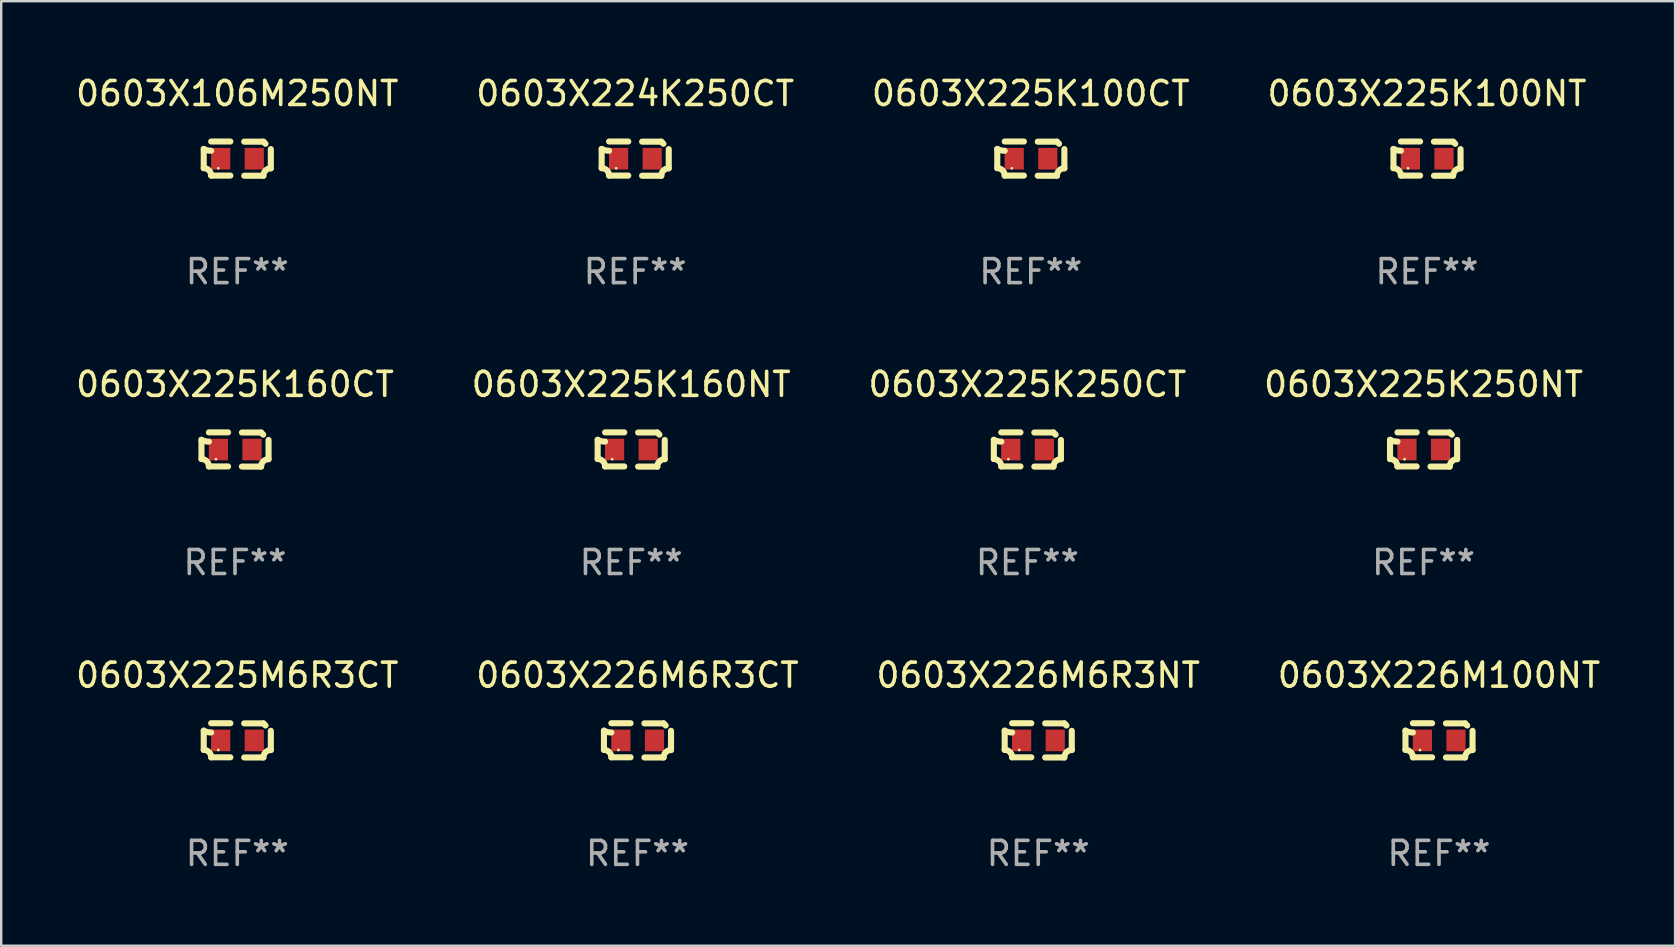
<source format=kicad_pcb>
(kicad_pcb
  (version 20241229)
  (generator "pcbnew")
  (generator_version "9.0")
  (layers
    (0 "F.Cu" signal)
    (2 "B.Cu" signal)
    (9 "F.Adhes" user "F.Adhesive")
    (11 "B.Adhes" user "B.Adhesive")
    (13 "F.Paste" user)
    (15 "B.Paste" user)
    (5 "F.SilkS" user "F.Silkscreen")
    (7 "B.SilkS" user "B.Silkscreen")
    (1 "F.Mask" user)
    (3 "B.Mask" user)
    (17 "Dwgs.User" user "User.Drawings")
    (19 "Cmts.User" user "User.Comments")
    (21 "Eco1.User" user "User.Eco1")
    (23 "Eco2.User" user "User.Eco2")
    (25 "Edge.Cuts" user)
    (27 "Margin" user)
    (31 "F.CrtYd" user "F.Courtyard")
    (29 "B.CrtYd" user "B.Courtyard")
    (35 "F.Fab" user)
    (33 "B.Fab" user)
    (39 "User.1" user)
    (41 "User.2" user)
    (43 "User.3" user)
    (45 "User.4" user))
  (footprint "0603X226M100NT"
    (layer "F.Cu")
    (at 56.923 27.805)
    (property "Reference" "0603X226M100NT" (at 0 -2.713 0) (layer "F.SilkS") (effects (font (size 1 1) (thickness 0.15))))
    (attr through_hole)
    (fp_line (start -1.398 -0.403) (end -1.398 0.397) (stroke (width 0.254) (type solid)) (layer "F.SilkS"))
    (fp_line (start -0.288 -0.713) (end -1.088 -0.713) (stroke (width 0.254) (type solid)) (layer "F.SilkS"))
    (fp_line (start -0.288 0.707) (end -1.088 0.707) (stroke (width 0.254) (type solid)) (layer "F.SilkS"))
    (fp_line (start 0.288 -0.707) (end 1.088 -0.707) (stroke (width 0.254) (type solid)) (layer "F.SilkS"))
    (fp_line (start 0.288 0.713) (end 1.088 0.713) (stroke (width 0.254) (type solid)) (layer "F.SilkS"))
    (fp_line (start 1.398 -0.397) (end 1.398 0.403) (stroke (width 0.254) (type solid)) (layer "F.SilkS"))
    (fp_arc (start -1.397789 0.397066) (mid -1.178701 0.487826) (end -1.08796 0.706922) (stroke (width 0.254001) (type solid)) (layer "F.SilkS"))
    (fp_arc (start -1.08796 -0.327176) (mid -1.247436 -0.346384) (end -1.39779 -0.402908) (stroke (width 0.254001) (type solid)) (layer "F.SilkS"))
    (fp_arc (start 1.087909 0.712738) (mid 1.178656 0.493655) (end 1.397739 0.402908) (stroke (width 0.254001) (type solid)) (layer "F.SilkS"))
    (fp_arc (start 1.175925 -0.618926) (mid 1.131917 -0.662923) (end 1.08791 -0.706922) (stroke (width 0.254001) (type solid)) (layer "F.SilkS"))
    (fp_circle (center -0.792 0.403) (end -0.762 0.403) (stroke (width 0.06) (type solid)) (fill no) (layer "F.SilkS"))
    (fp_text user "REF**" (at 0 4.713 0) (layer "F.Fab") (effects (font (size 1 1) (thickness 0.15))))
    (pad "1" smd rect (at -0.692 0.003) (size 0.8 0.9) (layers "F.Cu" "F.Mask" "F.Paste"))
    (pad "2" smd rect (at 0.708 0.003) (size 0.8 0.9) (layers "F.Cu" "F.Mask" "F.Paste")))
  (footprint "0603X225K250CT"
    (layer "F.Cu")
    (at 39.768 15.683)
    (property "Reference" "0603X225K250CT" (at 0 -2.713 0) (layer "F.SilkS") (effects (font (size 1 1) (thickness 0.15))))
    (attr through_hole)
    (fp_line (start -1.398 -0.403) (end -1.398 0.397) (stroke (width 0.254) (type solid)) (layer "F.SilkS"))
    (fp_line (start -0.288 -0.713) (end -1.088 -0.713) (stroke (width 0.254) (type solid)) (layer "F.SilkS"))
    (fp_line (start -0.288 0.707) (end -1.088 0.707) (stroke (width 0.254) (type solid)) (layer "F.SilkS"))
    (fp_line (start 0.288 -0.707) (end 1.088 -0.707) (stroke (width 0.254) (type solid)) (layer "F.SilkS"))
    (fp_line (start 0.288 0.713) (end 1.088 0.713) (stroke (width 0.254) (type solid)) (layer "F.SilkS"))
    (fp_line (start 1.398 -0.397) (end 1.398 0.403) (stroke (width 0.254) (type solid)) (layer "F.SilkS"))
    (fp_arc (start -1.397789 0.397066) (mid -1.178701 0.487826) (end -1.08796 0.706922) (stroke (width 0.254001) (type solid)) (layer "F.SilkS"))
    (fp_arc (start -1.08796 -0.327176) (mid -1.247436 -0.346384) (end -1.39779 -0.402908) (stroke (width 0.254001) (type solid)) (layer "F.SilkS"))
    (fp_arc (start 1.087909 0.712738) (mid 1.178656 0.493655) (end 1.397739 0.402908) (stroke (width 0.254001) (type solid)) (layer "F.SilkS"))
    (fp_arc (start 1.175925 -0.618926) (mid 1.131917 -0.662923) (end 1.08791 -0.706922) (stroke (width 0.254001) (type solid)) (layer "F.SilkS"))
    (fp_circle (center -0.792 0.403) (end -0.762 0.403) (stroke (width 0.06) (type solid)) (fill no) (layer "F.SilkS"))
    (fp_text user "REF**" (at 0 4.713 0) (layer "F.Fab") (effects (font (size 1 1) (thickness 0.15))))
    (pad "1" smd rect (at -0.692 0.003) (size 0.8 0.9) (layers "F.Cu" "F.Mask" "F.Paste"))
    (pad "2" smd rect (at 0.708 0.003) (size 0.8 0.9) (layers "F.Cu" "F.Mask" "F.Paste")))
  (footprint "0603X224K250CT"
    (layer "F.Cu")
    (at 23.423 3.561)
    (property "Reference" "0603X224K250CT" (at 0 -2.713 0) (layer "F.SilkS") (effects (font (size 1 1) (thickness 0.15))))
    (attr through_hole)
    (fp_line (start -1.398 -0.403) (end -1.398 0.397) (stroke (width 0.254) (type solid)) (layer "F.SilkS"))
    (fp_line (start -0.288 -0.713) (end -1.088 -0.713) (stroke (width 0.254) (type solid)) (layer "F.SilkS"))
    (fp_line (start -0.288 0.707) (end -1.088 0.707) (stroke (width 0.254) (type solid)) (layer "F.SilkS"))
    (fp_line (start 0.288 -0.707) (end 1.088 -0.707) (stroke (width 0.254) (type solid)) (layer "F.SilkS"))
    (fp_line (start 0.288 0.713) (end 1.088 0.713) (stroke (width 0.254) (type solid)) (layer "F.SilkS"))
    (fp_line (start 1.398 -0.397) (end 1.398 0.403) (stroke (width 0.254) (type solid)) (layer "F.SilkS"))
    (fp_arc (start -1.397789 0.397066) (mid -1.178701 0.487826) (end -1.08796 0.706922) (stroke (width 0.254001) (type solid)) (layer "F.SilkS"))
    (fp_arc (start -1.08796 -0.327176) (mid -1.247436 -0.346384) (end -1.39779 -0.402908) (stroke (width 0.254001) (type solid)) (layer "F.SilkS"))
    (fp_arc (start 1.087909 0.712738) (mid 1.178656 0.493655) (end 1.397739 0.402908) (stroke (width 0.254001) (type solid)) (layer "F.SilkS"))
    (fp_arc (start 1.175925 -0.618926) (mid 1.131917 -0.662923) (end 1.08791 -0.706922) (stroke (width 0.254001) (type solid)) (layer "F.SilkS"))
    (fp_circle (center -0.792 0.403) (end -0.762 0.403) (stroke (width 0.06) (type solid)) (fill no) (layer "F.SilkS"))
    (fp_text user "REF**" (at 0 4.713 0) (layer "F.Fab") (effects (font (size 1 1) (thickness 0.15))))
    (pad "1" smd rect (at -0.692 0.003) (size 0.8 0.9) (layers "F.Cu" "F.Mask" "F.Paste"))
    (pad "2" smd rect (at 0.708 0.003) (size 0.8 0.9) (layers "F.Cu" "F.Mask" "F.Paste")))
  (footprint "0603X225M6R3CT"
    (layer "F.Cu")
    (at 6.839 27.805)
    (property "Reference" "0603X225M6R3CT" (at 0 -2.713 0) (layer "F.SilkS") (effects (font (size 1 1) (thickness 0.15))))
    (attr through_hole)
    (fp_line (start -1.398 -0.403) (end -1.398 0.397) (stroke (width 0.254) (type solid)) (layer "F.SilkS"))
    (fp_line (start -0.288 -0.713) (end -1.088 -0.713) (stroke (width 0.254) (type solid)) (layer "F.SilkS"))
    (fp_line (start -0.288 0.707) (end -1.088 0.707) (stroke (width 0.254) (type solid)) (layer "F.SilkS"))
    (fp_line (start 0.288 -0.707) (end 1.088 -0.707) (stroke (width 0.254) (type solid)) (layer "F.SilkS"))
    (fp_line (start 0.288 0.713) (end 1.088 0.713) (stroke (width 0.254) (type solid)) (layer "F.SilkS"))
    (fp_line (start 1.398 -0.397) (end 1.398 0.403) (stroke (width 0.254) (type solid)) (layer "F.SilkS"))
    (fp_arc (start -1.397789 0.397066) (mid -1.178701 0.487826) (end -1.08796 0.706922) (stroke (width 0.254001) (type solid)) (layer "F.SilkS"))
    (fp_arc (start -1.08796 -0.327176) (mid -1.247436 -0.346384) (end -1.39779 -0.402908) (stroke (width 0.254001) (type solid)) (layer "F.SilkS"))
    (fp_arc (start 1.087909 0.712738) (mid 1.178656 0.493655) (end 1.397739 0.402908) (stroke (width 0.254001) (type solid)) (layer "F.SilkS"))
    (fp_arc (start 1.175925 -0.618926) (mid 1.131917 -0.662923) (end 1.08791 -0.706922) (stroke (width 0.254001) (type solid)) (layer "F.SilkS"))
    (fp_circle (center -0.792 0.403) (end -0.762 0.403) (stroke (width 0.06) (type solid)) (fill no) (layer "F.SilkS"))
    (fp_text user "REF**" (at 0 4.713 0) (layer "F.Fab") (effects (font (size 1 1) (thickness 0.15))))
    (pad "1" smd rect (at -0.692 0.003) (size 0.8 0.9) (layers "F.Cu" "F.Mask" "F.Paste"))
    (pad "2" smd rect (at 0.708 0.003) (size 0.8 0.9) (layers "F.Cu" "F.Mask" "F.Paste")))
  (footprint "0603X225K100CT"
    (layer "F.Cu")
    (at 39.911 3.561)
    (property "Reference" "0603X225K100CT" (at 0 -2.713 0) (layer "F.SilkS") (effects (font (size 1 1) (thickness 0.15))))
    (attr through_hole)
    (fp_line (start -1.398 -0.403) (end -1.398 0.397) (stroke (width 0.254) (type solid)) (layer "F.SilkS"))
    (fp_line (start -0.288 -0.713) (end -1.088 -0.713) (stroke (width 0.254) (type solid)) (layer "F.SilkS"))
    (fp_line (start -0.288 0.707) (end -1.088 0.707) (stroke (width 0.254) (type solid)) (layer "F.SilkS"))
    (fp_line (start 0.288 -0.707) (end 1.088 -0.707) (stroke (width 0.254) (type solid)) (layer "F.SilkS"))
    (fp_line (start 0.288 0.713) (end 1.088 0.713) (stroke (width 0.254) (type solid)) (layer "F.SilkS"))
    (fp_line (start 1.398 -0.397) (end 1.398 0.403) (stroke (width 0.254) (type solid)) (layer "F.SilkS"))
    (fp_arc (start -1.397789 0.397066) (mid -1.178701 0.487826) (end -1.08796 0.706922) (stroke (width 0.254001) (type solid)) (layer "F.SilkS"))
    (fp_arc (start -1.08796 -0.327176) (mid -1.247436 -0.346384) (end -1.39779 -0.402908) (stroke (width 0.254001) (type solid)) (layer "F.SilkS"))
    (fp_arc (start 1.087909 0.712738) (mid 1.178656 0.493655) (end 1.397739 0.402908) (stroke (width 0.254001) (type solid)) (layer "F.SilkS"))
    (fp_arc (start 1.175925 -0.618926) (mid 1.131917 -0.662923) (end 1.08791 -0.706922) (stroke (width 0.254001) (type solid)) (layer "F.SilkS"))
    (fp_circle (center -0.792 0.403) (end -0.762 0.403) (stroke (width 0.06) (type solid)) (fill no) (layer "F.SilkS"))
    (fp_text user "REF**" (at 0 4.713 0) (layer "F.Fab") (effects (font (size 1 1) (thickness 0.15))))
    (pad "1" smd rect (at -0.692 0.003) (size 0.8 0.9) (layers "F.Cu" "F.Mask" "F.Paste"))
    (pad "2" smd rect (at 0.708 0.003) (size 0.8 0.9) (layers "F.Cu" "F.Mask" "F.Paste")))
  (footprint "0603X225K160NT"
    (layer "F.Cu")
    (at 23.256 15.683)
    (property "Reference" "0603X225K160NT" (at 0 -2.713 0) (layer "F.SilkS") (effects (font (size 1 1) (thickness 0.15))))
    (attr through_hole)
    (fp_line (start -1.398 -0.403) (end -1.398 0.397) (stroke (width 0.254) (type solid)) (layer "F.SilkS"))
    (fp_line (start -0.288 -0.713) (end -1.088 -0.713) (stroke (width 0.254) (type solid)) (layer "F.SilkS"))
    (fp_line (start -0.288 0.707) (end -1.088 0.707) (stroke (width 0.254) (type solid)) (layer "F.SilkS"))
    (fp_line (start 0.288 -0.707) (end 1.088 -0.707) (stroke (width 0.254) (type solid)) (layer "F.SilkS"))
    (fp_line (start 0.288 0.713) (end 1.088 0.713) (stroke (width 0.254) (type solid)) (layer "F.SilkS"))
    (fp_line (start 1.398 -0.397) (end 1.398 0.403) (stroke (width 0.254) (type solid)) (layer "F.SilkS"))
    (fp_arc (start -1.397789 0.397066) (mid -1.178701 0.487826) (end -1.08796 0.706922) (stroke (width 0.254001) (type solid)) (layer "F.SilkS"))
    (fp_arc (start -1.08796 -0.327176) (mid -1.247436 -0.346384) (end -1.39779 -0.402908) (stroke (width 0.254001) (type solid)) (layer "F.SilkS"))
    (fp_arc (start 1.087909 0.712738) (mid 1.178656 0.493655) (end 1.397739 0.402908) (stroke (width 0.254001) (type solid)) (layer "F.SilkS"))
    (fp_arc (start 1.175925 -0.618926) (mid 1.131917 -0.662923) (end 1.08791 -0.706922) (stroke (width 0.254001) (type solid)) (layer "F.SilkS"))
    (fp_circle (center -0.792 0.403) (end -0.762 0.403) (stroke (width 0.06) (type solid)) (fill no) (layer "F.SilkS"))
    (fp_text user "REF**" (at 0 4.713 0) (layer "F.Fab") (effects (font (size 1 1) (thickness 0.15))))
    (pad "1" smd rect (at -0.692 0.003) (size 0.8 0.9) (layers "F.Cu" "F.Mask" "F.Paste"))
    (pad "2" smd rect (at 0.708 0.003) (size 0.8 0.9) (layers "F.Cu" "F.Mask" "F.Paste")))
  (footprint "0603X225K160CT"
    (layer "F.Cu")
    (at 6.744 15.683)
    (property "Reference" "0603X225K160CT" (at 0 -2.713 0) (layer "F.SilkS") (effects (font (size 1 1) (thickness 0.15))))
    (attr through_hole)
    (fp_line (start -1.398 -0.403) (end -1.398 0.397) (stroke (width 0.254) (type solid)) (layer "F.SilkS"))
    (fp_line (start -0.288 -0.713) (end -1.088 -0.713) (stroke (width 0.254) (type solid)) (layer "F.SilkS"))
    (fp_line (start -0.288 0.707) (end -1.088 0.707) (stroke (width 0.254) (type solid)) (layer "F.SilkS"))
    (fp_line (start 0.288 -0.707) (end 1.088 -0.707) (stroke (width 0.254) (type solid)) (layer "F.SilkS"))
    (fp_line (start 0.288 0.713) (end 1.088 0.713) (stroke (width 0.254) (type solid)) (layer "F.SilkS"))
    (fp_line (start 1.398 -0.397) (end 1.398 0.403) (stroke (width 0.254) (type solid)) (layer "F.SilkS"))
    (fp_arc (start -1.397789 0.397066) (mid -1.178701 0.487826) (end -1.08796 0.706922) (stroke (width 0.254001) (type solid)) (layer "F.SilkS"))
    (fp_arc (start -1.08796 -0.327176) (mid -1.247436 -0.346384) (end -1.39779 -0.402908) (stroke (width 0.254001) (type solid)) (layer "F.SilkS"))
    (fp_arc (start 1.087909 0.712738) (mid 1.178656 0.493655) (end 1.397739 0.402908) (stroke (width 0.254001) (type solid)) (layer "F.SilkS"))
    (fp_arc (start 1.175925 -0.618926) (mid 1.131917 -0.662923) (end 1.08791 -0.706922) (stroke (width 0.254001) (type solid)) (layer "F.SilkS"))
    (fp_circle (center -0.792 0.403) (end -0.762 0.403) (stroke (width 0.06) (type solid)) (fill no) (layer "F.SilkS"))
    (fp_text user "REF**" (at 0 4.713 0) (layer "F.Fab") (effects (font (size 1 1) (thickness 0.15))))
    (pad "1" smd rect (at -0.692 0.003) (size 0.8 0.9) (layers "F.Cu" "F.Mask" "F.Paste"))
    (pad "2" smd rect (at 0.708 0.003) (size 0.8 0.9) (layers "F.Cu" "F.Mask" "F.Paste")))
  (footprint "0603X226M6R3CT"
    (layer "F.Cu")
    (at 23.518 27.805)
    (property "Reference" "0603X226M6R3CT" (at 0 -2.713 0) (layer "F.SilkS") (effects (font (size 1 1) (thickness 0.15))))
    (attr through_hole)
    (fp_line (start -1.398 -0.403) (end -1.398 0.397) (stroke (width 0.254) (type solid)) (layer "F.SilkS"))
    (fp_line (start -0.288 -0.713) (end -1.088 -0.713) (stroke (width 0.254) (type solid)) (layer "F.SilkS"))
    (fp_line (start -0.288 0.707) (end -1.088 0.707) (stroke (width 0.254) (type solid)) (layer "F.SilkS"))
    (fp_line (start 0.288 -0.707) (end 1.088 -0.707) (stroke (width 0.254) (type solid)) (layer "F.SilkS"))
    (fp_line (start 0.288 0.713) (end 1.088 0.713) (stroke (width 0.254) (type solid)) (layer "F.SilkS"))
    (fp_line (start 1.398 -0.397) (end 1.398 0.403) (stroke (width 0.254) (type solid)) (layer "F.SilkS"))
    (fp_arc (start -1.397789 0.397066) (mid -1.178701 0.487826) (end -1.08796 0.706922) (stroke (width 0.254001) (type solid)) (layer "F.SilkS"))
    (fp_arc (start -1.08796 -0.327176) (mid -1.247436 -0.346384) (end -1.39779 -0.402908) (stroke (width 0.254001) (type solid)) (layer "F.SilkS"))
    (fp_arc (start 1.087909 0.712738) (mid 1.178656 0.493655) (end 1.397739 0.402908) (stroke (width 0.254001) (type solid)) (layer "F.SilkS"))
    (fp_arc (start 1.175925 -0.618926) (mid 1.131917 -0.662923) (end 1.08791 -0.706922) (stroke (width 0.254001) (type solid)) (layer "F.SilkS"))
    (fp_circle (center -0.792 0.403) (end -0.762 0.403) (stroke (width 0.06) (type solid)) (fill no) (layer "F.SilkS"))
    (fp_text user "REF**" (at 0 4.713 0) (layer "F.Fab") (effects (font (size 1 1) (thickness 0.15))))
    (pad "1" smd rect (at -0.692 0.003) (size 0.8 0.9) (layers "F.Cu" "F.Mask" "F.Paste"))
    (pad "2" smd rect (at 0.708 0.003) (size 0.8 0.9) (layers "F.Cu" "F.Mask" "F.Paste")))
  (footprint "0603X225K250NT"
    (layer "F.Cu")
    (at 56.28 15.683)
    (property "Reference" "0603X225K250NT" (at 0 -2.713 0) (layer "F.SilkS") (effects (font (size 1 1) (thickness 0.15))))
    (attr through_hole)
    (fp_line (start -1.398 -0.403) (end -1.398 0.397) (stroke (width 0.254) (type solid)) (layer "F.SilkS"))
    (fp_line (start -0.288 -0.713) (end -1.088 -0.713) (stroke (width 0.254) (type solid)) (layer "F.SilkS"))
    (fp_line (start -0.288 0.707) (end -1.088 0.707) (stroke (width 0.254) (type solid)) (layer "F.SilkS"))
    (fp_line (start 0.288 -0.707) (end 1.088 -0.707) (stroke (width 0.254) (type solid)) (layer "F.SilkS"))
    (fp_line (start 0.288 0.713) (end 1.088 0.713) (stroke (width 0.254) (type solid)) (layer "F.SilkS"))
    (fp_line (start 1.398 -0.397) (end 1.398 0.403) (stroke (width 0.254) (type solid)) (layer "F.SilkS"))
    (fp_arc (start -1.397789 0.397066) (mid -1.178701 0.487826) (end -1.08796 0.706922) (stroke (width 0.254001) (type solid)) (layer "F.SilkS"))
    (fp_arc (start -1.08796 -0.327176) (mid -1.247436 -0.346384) (end -1.39779 -0.402908) (stroke (width 0.254001) (type solid)) (layer "F.SilkS"))
    (fp_arc (start 1.087909 0.712738) (mid 1.178656 0.493655) (end 1.397739 0.402908) (stroke (width 0.254001) (type solid)) (layer "F.SilkS"))
    (fp_arc (start 1.175925 -0.618926) (mid 1.131917 -0.662923) (end 1.08791 -0.706922) (stroke (width 0.254001) (type solid)) (layer "F.SilkS"))
    (fp_circle (center -0.792 0.403) (end -0.762 0.403) (stroke (width 0.06) (type solid)) (fill no) (layer "F.SilkS"))
    (fp_text user "REF**" (at 0 4.713 0) (layer "F.Fab") (effects (font (size 1 1) (thickness 0.15))))
    (pad "1" smd rect (at -0.692 0.003) (size 0.8 0.9) (layers "F.Cu" "F.Mask" "F.Paste"))
    (pad "2" smd rect (at 0.708 0.003) (size 0.8 0.9) (layers "F.Cu" "F.Mask" "F.Paste")))
  (footprint "0603X106M250NT"
    (layer "F.Cu")
    (at 6.839 3.561)
    (property "Reference" "0603X106M250NT" (at 0 -2.713 0) (layer "F.SilkS") (effects (font (size 1 1) (thickness 0.15))))
    (attr through_hole)
    (fp_line (start -1.398 -0.403) (end -1.398 0.397) (stroke (width 0.254) (type solid)) (layer "F.SilkS"))
    (fp_line (start -0.288 -0.713) (end -1.088 -0.713) (stroke (width 0.254) (type solid)) (layer "F.SilkS"))
    (fp_line (start -0.288 0.707) (end -1.088 0.707) (stroke (width 0.254) (type solid)) (layer "F.SilkS"))
    (fp_line (start 0.288 -0.707) (end 1.088 -0.707) (stroke (width 0.254) (type solid)) (layer "F.SilkS"))
    (fp_line (start 0.288 0.713) (end 1.088 0.713) (stroke (width 0.254) (type solid)) (layer "F.SilkS"))
    (fp_line (start 1.398 -0.397) (end 1.398 0.403) (stroke (width 0.254) (type solid)) (layer "F.SilkS"))
    (fp_arc (start -1.397789 0.397066) (mid -1.178701 0.487826) (end -1.08796 0.706922) (stroke (width 0.254001) (type solid)) (layer "F.SilkS"))
    (fp_arc (start -1.08796 -0.327176) (mid -1.247436 -0.346384) (end -1.39779 -0.402908) (stroke (width 0.254001) (type solid)) (layer "F.SilkS"))
    (fp_arc (start 1.087909 0.712738) (mid 1.178656 0.493655) (end 1.397739 0.402908) (stroke (width 0.254001) (type solid)) (layer "F.SilkS"))
    (fp_arc (start 1.175925 -0.618926) (mid 1.131917 -0.662923) (end 1.08791 -0.706922) (stroke (width 0.254001) (type solid)) (layer "F.SilkS"))
    (fp_circle (center -0.792 0.403) (end -0.762 0.403) (stroke (width 0.06) (type solid)) (fill no) (layer "F.SilkS"))
    (fp_text user "REF**" (at 0 4.713 0) (layer "F.Fab") (effects (font (size 1 1) (thickness 0.15))))
    (pad "1" smd rect (at -0.692 0.003) (size 0.8 0.9) (layers "F.Cu" "F.Mask" "F.Paste"))
    (pad "2" smd rect (at 0.708 0.003) (size 0.8 0.9) (layers "F.Cu" "F.Mask" "F.Paste")))
  (footprint "0603X226M6R3NT"
    (layer "F.Cu")
    (at 40.22 27.805)
    (property "Reference" "0603X226M6R3NT" (at 0 -2.713 0) (layer "F.SilkS") (effects (font (size 1 1) (thickness 0.15))))
    (attr through_hole)
    (fp_line (start -1.398 -0.403) (end -1.398 0.397) (stroke (width 0.254) (type solid)) (layer "F.SilkS"))
    (fp_line (start -0.288 -0.713) (end -1.088 -0.713) (stroke (width 0.254) (type solid)) (layer "F.SilkS"))
    (fp_line (start -0.288 0.707) (end -1.088 0.707) (stroke (width 0.254) (type solid)) (layer "F.SilkS"))
    (fp_line (start 0.288 -0.707) (end 1.088 -0.707) (stroke (width 0.254) (type solid)) (layer "F.SilkS"))
    (fp_line (start 0.288 0.713) (end 1.088 0.713) (stroke (width 0.254) (type solid)) (layer "F.SilkS"))
    (fp_line (start 1.398 -0.397) (end 1.398 0.403) (stroke (width 0.254) (type solid)) (layer "F.SilkS"))
    (fp_arc (start -1.397789 0.397066) (mid -1.178701 0.487826) (end -1.08796 0.706922) (stroke (width 0.254001) (type solid)) (layer "F.SilkS"))
    (fp_arc (start -1.08796 -0.327176) (mid -1.247436 -0.346384) (end -1.39779 -0.402908) (stroke (width 0.254001) (type solid)) (layer "F.SilkS"))
    (fp_arc (start 1.087909 0.712738) (mid 1.178656 0.493655) (end 1.397739 0.402908) (stroke (width 0.254001) (type solid)) (layer "F.SilkS"))
    (fp_arc (start 1.175925 -0.618926) (mid 1.131917 -0.662923) (end 1.08791 -0.706922) (stroke (width 0.254001) (type solid)) (layer "F.SilkS"))
    (fp_circle (center -0.792 0.403) (end -0.762 0.403) (stroke (width 0.06) (type solid)) (fill no) (layer "F.SilkS"))
    (fp_text user "REF**" (at 0 4.713 0) (layer "F.Fab") (effects (font (size 1 1) (thickness 0.15))))
    (pad "1" smd rect (at -0.692 0.003) (size 0.8 0.9) (layers "F.Cu" "F.Mask" "F.Paste"))
    (pad "2" smd rect (at 0.708 0.003) (size 0.8 0.9) (layers "F.Cu" "F.Mask" "F.Paste")))
  (footprint "0603X225K100NT"
    (layer "F.Cu")
    (at 56.423 3.561)
    (property "Reference" "0603X225K100NT" (at 0 -2.713 0) (layer "F.SilkS") (effects (font (size 1 1) (thickness 0.15))))
    (attr through_hole)
    (fp_line (start -1.398 -0.403) (end -1.398 0.397) (stroke (width 0.254) (type solid)) (layer "F.SilkS"))
    (fp_line (start -0.288 -0.713) (end -1.088 -0.713) (stroke (width 0.254) (type solid)) (layer "F.SilkS"))
    (fp_line (start -0.288 0.707) (end -1.088 0.707) (stroke (width 0.254) (type solid)) (layer "F.SilkS"))
    (fp_line (start 0.288 -0.707) (end 1.088 -0.707) (stroke (width 0.254) (type solid)) (layer "F.SilkS"))
    (fp_line (start 0.288 0.713) (end 1.088 0.713) (stroke (width 0.254) (type solid)) (layer "F.SilkS"))
    (fp_line (start 1.398 -0.397) (end 1.398 0.403) (stroke (width 0.254) (type solid)) (layer "F.SilkS"))
    (fp_arc (start -1.397789 0.397066) (mid -1.178701 0.487826) (end -1.08796 0.706922) (stroke (width 0.254001) (type solid)) (layer "F.SilkS"))
    (fp_arc (start -1.08796 -0.327176) (mid -1.247436 -0.346384) (end -1.39779 -0.402908) (stroke (width 0.254001) (type solid)) (layer "F.SilkS"))
    (fp_arc (start 1.087909 0.712738) (mid 1.178656 0.493655) (end 1.397739 0.402908) (stroke (width 0.254001) (type solid)) (layer "F.SilkS"))
    (fp_arc (start 1.175925 -0.618926) (mid 1.131917 -0.662923) (end 1.08791 -0.706922) (stroke (width 0.254001) (type solid)) (layer "F.SilkS"))
    (fp_circle (center -0.792 0.403) (end -0.762 0.403) (stroke (width 0.06) (type solid)) (fill no) (layer "F.SilkS"))
    (fp_text user "REF**" (at 0 4.713 0) (layer "F.Fab") (effects (font (size 1 1) (thickness 0.15))))
    (pad "1" smd rect (at -0.692 0.003) (size 0.8 0.9) (layers "F.Cu" "F.Mask" "F.Paste"))
    (pad "2" smd rect (at 0.708 0.003) (size 0.8 0.9) (layers "F.Cu" "F.Mask" "F.Paste")))
  (gr_rect
    (start -3 -3)
    (end 66.762 36.366)
    (stroke (width 0.1) (type default))
    (fill no)
    (layer "Edge.Cuts")))
</source>
